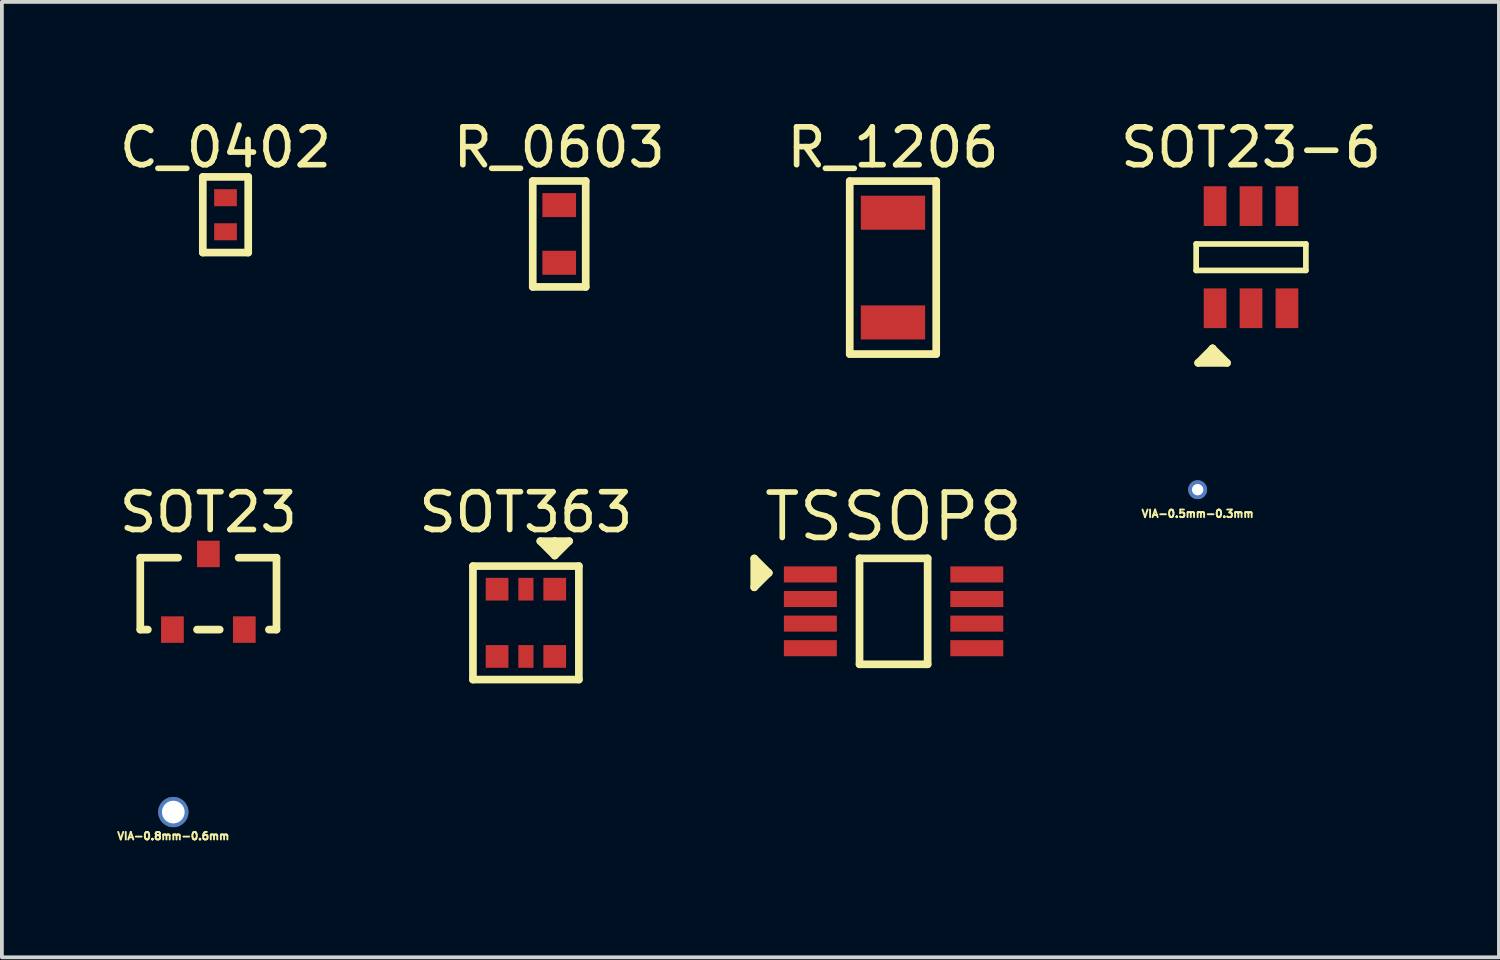
<source format=kicad_pcb>
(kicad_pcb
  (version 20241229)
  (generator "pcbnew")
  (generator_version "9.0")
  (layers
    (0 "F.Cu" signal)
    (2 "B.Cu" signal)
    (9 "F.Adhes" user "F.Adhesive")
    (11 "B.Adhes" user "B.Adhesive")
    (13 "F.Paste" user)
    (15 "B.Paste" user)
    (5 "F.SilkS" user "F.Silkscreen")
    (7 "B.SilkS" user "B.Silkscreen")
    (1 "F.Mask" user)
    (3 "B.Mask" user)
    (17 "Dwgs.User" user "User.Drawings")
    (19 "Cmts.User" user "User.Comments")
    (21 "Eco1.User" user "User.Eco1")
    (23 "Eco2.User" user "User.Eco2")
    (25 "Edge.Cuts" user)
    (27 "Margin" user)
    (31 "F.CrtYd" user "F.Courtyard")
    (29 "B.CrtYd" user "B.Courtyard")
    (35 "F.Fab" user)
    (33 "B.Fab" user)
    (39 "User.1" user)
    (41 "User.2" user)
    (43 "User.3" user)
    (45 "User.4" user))
  (footprint "VIA-0.5mm-0.3mm"
    (layer "F.Cu")
    (at 28.607 9.894)
    (property "Reference" "VIA-0.5mm-0.3mm" (at 0 0.635 0) (layer "F.SilkS") (effects (font (size 0.2 0.2) (thickness 0.05))))
    (attr through_hole)
    (pad "1" thru_hole circle (at 0 0) (size 0.5 0.5) (drill 0.3) (layers "*.Cu")))
  (footprint "SOT363"
    (layer "F.Cu")
    (at 10.851 13.413)
    (property "Reference" "SOT363" (at 0 -2.921 0) (layer "F.SilkS") (effects (font (size 1 1) (thickness 0.15))))
    (attr through_hole)
    (fp_line (start -1.4 -1.5) (end 1.4 -1.5) (stroke (width 0.203) (type solid)) (layer "F.SilkS"))
    (fp_line (start -1.4 1.5) (end -1.4 -1.5) (stroke (width 0.203) (type solid)) (layer "F.SilkS"))
    (fp_line (start 0.635 -2.032) (end 0.889 -2.032) (stroke (width 0.203) (type solid)) (layer "F.SilkS"))
    (fp_line (start 0.762 -2.159) (end 0.635 -2.032) (stroke (width 0.203) (type solid)) (layer "F.SilkS"))
    (fp_line (start 0.762 -1.905) (end 0.762 -2.159) (stroke (width 0.203) (type solid)) (layer "F.SilkS"))
    (fp_line (start 0.762 -1.778) (end 0.381 -2.159) (stroke (width 0.203) (type solid)) (layer "F.SilkS"))
    (fp_line (start 0.762 -1.778) (end 1.143 -2.159) (stroke (width 0.203) (type solid)) (layer "F.SilkS"))
    (fp_line (start 1.143 -2.159) (end 0.381 -2.159) (stroke (width 0.203) (type solid)) (layer "F.SilkS"))
    (fp_line (start 1.4 -1.5) (end 1.4 1.5) (stroke (width 0.203) (type solid)) (layer "F.SilkS"))
    (fp_line (start 1.4 1.5) (end -1.4 1.5) (stroke (width 0.203) (type solid)) (layer "F.SilkS"))
    (pad "1" smd rect (at 0.762 -0.889 270) (size 0.6 0.6) (layers "F.Cu" "F.Mask" "F.Paste"))
    (pad "2" smd rect (at 0 -0.889 270) (size 0.6 0.4) (layers "F.Cu" "F.Mask" "F.Paste"))
    (pad "3" smd rect (at -0.762 -0.889 270) (size 0.6 0.6) (layers "F.Cu" "F.Mask" "F.Paste"))
    (pad "4" smd rect (at -0.762 0.889 270) (size 0.6 0.6) (layers "F.Cu" "F.Mask" "F.Paste"))
    (pad "5" smd rect (at 0 0.889 270) (size 0.6 0.4) (layers "F.Cu" "F.Mask" "F.Paste"))
    (pad "6" smd rect (at 0.762 0.889 270) (size 0.6 0.6) (layers "F.Cu" "F.Mask" "F.Paste")))
  (footprint "SOT23"
    (layer "F.Cu")
    (at 2.458 12.592)
    (property "Reference" "SOT23" (at 0 -2.1 0) (layer "F.SilkS") (effects (font (size 1 1) (thickness 0.15))))
    (attr through_hole)
    (fp_line (start -1.8 -0.9) (end -1.8 1) (stroke (width 0.203) (type solid)) (layer "F.SilkS"))
    (fp_line (start -1.8 -0.9) (end -0.8 -0.9) (stroke (width 0.203) (type solid)) (layer "F.SilkS"))
    (fp_line (start -1.8 1) (end -1.6 1) (stroke (width 0.203) (type solid)) (layer "F.SilkS"))
    (fp_line (start 0.3 1) (end -0.3 1) (stroke (width 0.203) (type solid)) (layer "F.SilkS"))
    (fp_line (start 0.8 -0.9) (end 1.8 -0.9) (stroke (width 0.203) (type solid)) (layer "F.SilkS"))
    (fp_line (start 1.8 -0.9) (end 1.8 1) (stroke (width 0.203) (type solid)) (layer "F.SilkS"))
    (fp_line (start 1.8 1) (end 1.6 1) (stroke (width 0.203) (type solid)) (layer "F.SilkS"))
    (pad "1" smd rect (at -0.95 1) (size 0.6 0.7) (layers "F.Cu" "F.Mask" "F.Paste"))
    (pad "2" smd rect (at 0.95 1) (size 0.6 0.7) (layers "F.Cu" "F.Mask" "F.Paste"))
    (pad "3" smd rect (at 0 -1) (size 0.6 0.7) (layers "F.Cu" "F.Mask" "F.Paste")))
  (footprint "R_0603"
    (layer "F.Cu")
    (at 11.732 3.134)
    (property "Reference" "R_0603" (at 0 -2.286 0) (layer "F.SilkS") (effects (font (size 1 1) (thickness 0.15))))
    (attr smd)
    (fp_line (start -0.7 -1.4) (end 0.7 -1.4) (stroke (width 0.203) (type solid)) (layer "F.SilkS"))
    (fp_line (start -0.7 1.4) (end -0.7 -1.4) (stroke (width 0.203) (type solid)) (layer "F.SilkS"))
    (fp_line (start 0.7 -1.4) (end 0.7 1.4) (stroke (width 0.203) (type solid)) (layer "F.SilkS"))
    (fp_line (start 0.7 1.4) (end -0.7 1.4) (stroke (width 0.203) (type solid)) (layer "F.SilkS"))
    (pad "1" smd rect (at 0 -0.762 270) (size 0.635 0.889) (layers "F.Cu" "F.Mask" "F.Paste"))
    (pad "2" smd rect (at 0 0.762 270) (size 0.635 0.889) (layers "F.Cu" "F.Mask" "F.Paste")))
  (footprint "TSSOP8"
    (layer "F.Cu")
    (at 20.57 13.109)
    (property "Reference" "TSSOP8" (at 0 -2.5 180) (layer "F.SilkS") (effects (font (size 1.2 1.2) (thickness 0.15))))
    (attr through_hole)
    (fp_line (start -3.683 -1.397) (end -3.683 -0.635) (stroke (width 0.203) (type solid)) (layer "F.SilkS"))
    (fp_line (start -3.683 -0.635) (end -3.302 -1.016) (stroke (width 0.203) (type solid)) (layer "F.SilkS"))
    (fp_line (start -3.556 -1.143) (end -3.556 -0.889) (stroke (width 0.203) (type solid)) (layer "F.SilkS"))
    (fp_line (start -3.302 -1.016) (end -3.683 -1.397) (stroke (width 0.203) (type solid)) (layer "F.SilkS"))
    (fp_line (start -3.302 -1.016) (end -3.556 -1.143) (stroke (width 0.203) (type solid)) (layer "F.SilkS"))
    (fp_line (start -0.9 -1.4) (end 0.9 -1.4) (stroke (width 0.203) (type solid)) (layer "F.SilkS"))
    (fp_line (start -0.9 1.4) (end -0.9 -1.4) (stroke (width 0.203) (type solid)) (layer "F.SilkS"))
    (fp_line (start 0.9 -1.4) (end 0.9 1.4) (stroke (width 0.203) (type solid)) (layer "F.SilkS"))
    (fp_line (start 0.9 1.4) (end -0.9 1.4) (stroke (width 0.203) (type solid)) (layer "F.SilkS"))
    (pad "1" smd rect (at -2.2 -0.975 270) (size 0.425 1.4) (layers "F.Cu" "F.Mask" "F.Paste"))
    (pad "2" smd rect (at -2.2 -0.325 270) (size 0.425 1.4) (layers "F.Cu" "F.Mask" "F.Paste"))
    (pad "3" smd rect (at -2.2 0.325 270) (size 0.425 1.4) (layers "F.Cu" "F.Mask" "F.Paste"))
    (pad "4" smd rect (at -2.2 0.975 270) (size 0.425 1.4) (layers "F.Cu" "F.Mask" "F.Paste"))
    (pad "5" smd rect (at 2.2 0.975 270) (size 0.425 1.4) (layers "F.Cu" "F.Mask" "F.Paste"))
    (pad "6" smd rect (at 2.2 0.325 270) (size 0.425 1.4) (layers "F.Cu" "F.Mask" "F.Paste"))
    (pad "7" smd rect (at 2.2 -0.325 270) (size 0.425 1.4) (layers "F.Cu" "F.Mask" "F.Paste"))
    (pad "8" smd rect (at 2.2 -0.975 270) (size 0.425 1.4) (layers "F.Cu" "F.Mask" "F.Paste")))
  (footprint "VIA-0.8mm-0.6mm"
    (layer "F.Cu")
    (at 1.531 18.415)
    (property "Reference" "VIA-0.8mm-0.6mm" (at 0 0.635 0) (layer "F.SilkS") (effects (font (size 0.2 0.2) (thickness 0.05))))
    (attr through_hole)
    (pad "1" thru_hole circle (at 0 0) (size 0.8 0.8) (drill 0.6) (layers "*.Cu")))
  (footprint "C_0402"
    (layer "F.Cu")
    (at 2.911 2.626)
    (property "Reference" "C_0402" (at 0 -1.778 0) (layer "F.SilkS") (effects (font (size 1 1) (thickness 0.15))))
    (attr smd)
    (fp_line (start -0.6 -1) (end -0.6 1) (stroke (width 0.203) (type solid)) (layer "F.SilkS"))
    (fp_line (start 0.6 -1) (end -0.6 -1) (stroke (width 0.203) (type solid)) (layer "F.SilkS"))
    (fp_line (start 0.6 1) (end -0.6 1) (stroke (width 0.203) (type solid)) (layer "F.SilkS"))
    (fp_line (start 0.6 1) (end 0.6 -1) (stroke (width 0.203) (type solid)) (layer "F.SilkS"))
    (pad "1" smd rect (at 0 -0.45 270) (size 0.45 0.6) (layers "F.Cu" "F.Mask" "F.Paste"))
    (pad "2" smd rect (at 0 0.45 270) (size 0.45 0.6) (layers "F.Cu" "F.Mask" "F.Paste")))
  (footprint "R_1206"
    (layer "F.Cu")
    (at 20.554 4.023)
    (property "Reference" "R_1206" (at 0 -3.175 0) (layer "F.SilkS") (effects (font (size 1 1) (thickness 0.15))))
    (attr smd)
    (fp_line (start -1.143 -2.286) (end 1.143 -2.286) (stroke (width 0.203) (type solid)) (layer "F.SilkS"))
    (fp_line (start -1.143 2.286) (end -1.143 -2.286) (stroke (width 0.203) (type solid)) (layer "F.SilkS"))
    (fp_line (start 1.143 -2.286) (end 1.143 2.286) (stroke (width 0.203) (type solid)) (layer "F.SilkS"))
    (fp_line (start 1.143 2.286) (end -1.143 2.286) (stroke (width 0.203) (type solid)) (layer "F.SilkS"))
    (pad "1" smd rect (at 0 -1.45 270) (size 0.9 1.7) (layers "F.Cu" "F.Mask" "F.Paste"))
    (pad "2" smd rect (at 0 1.45 270) (size 0.9 1.7) (layers "F.Cu" "F.Mask" "F.Paste")))
  (footprint "SOT23-6"
    (layer "F.Cu")
    (at 30.018 3.748)
    (property "Reference" "SOT23-6" (at 0 -2.9 0) (layer "F.SilkS") (effects (font (size 1 1) (thickness 0.15))))
    (attr smd)
    (fp_line (start -1.45 -0.35) (end -1.45 0.35) (stroke (width 0.15) (type solid)) (layer "F.SilkS"))
    (fp_line (start -1.45 0.35) (end 1.45 0.35) (stroke (width 0.15) (type solid)) (layer "F.SilkS"))
    (fp_line (start -1.397 2.794) (end -0.635 2.794) (stroke (width 0.203) (type solid)) (layer "F.SilkS"))
    (fp_line (start -1.016 2.413) (end -1.397 2.794) (stroke (width 0.203) (type solid)) (layer "F.SilkS"))
    (fp_line (start -1.016 2.413) (end -1.143 2.667) (stroke (width 0.203) (type solid)) (layer "F.SilkS"))
    (fp_line (start -1.016 2.413) (end -0.889 2.667) (stroke (width 0.203) (type solid)) (layer "F.SilkS"))
    (fp_line (start -0.889 2.667) (end -1.143 2.667) (stroke (width 0.203) (type solid)) (layer "F.SilkS"))
    (fp_line (start -0.635 2.794) (end -1.016 2.413) (stroke (width 0.203) (type solid)) (layer "F.SilkS"))
    (fp_line (start 1.45 -0.35) (end -1.45 -0.35) (stroke (width 0.15) (type solid)) (layer "F.SilkS"))
    (fp_line (start 1.45 0.35) (end 1.45 -0.35) (stroke (width 0.15) (type solid)) (layer "F.SilkS"))
    (pad "1" smd rect (at -0.95 1.35 90) (size 1.05 0.6) (layers "F.Cu" "F.Mask" "F.Paste"))
    (pad "2" smd rect (at 0 1.35 90) (size 1.05 0.6) (layers "F.Cu" "F.Mask" "F.Paste"))
    (pad "3" smd rect (at 0.95 1.35 90) (size 1.05 0.6) (layers "F.Cu" "F.Mask" "F.Paste"))
    (pad "4" smd rect (at 0.95 -1.35 90) (size 1.05 0.6) (layers "F.Cu" "F.Mask" "F.Paste"))
    (pad "5" smd rect (at 0 -1.35 90) (size 1.05 0.6) (layers "F.Cu" "F.Mask" "F.Paste"))
    (pad "6" smd rect (at -0.95 -1.35 90) (size 1.05 0.6) (layers "F.Cu" "F.Mask" "F.Paste")))
  (gr_rect
    (start -3 -3)
    (end 36.571 22.254)
    (stroke (width 0.1) (type default))
    (fill no)
    (layer "Edge.Cuts")))
</source>
